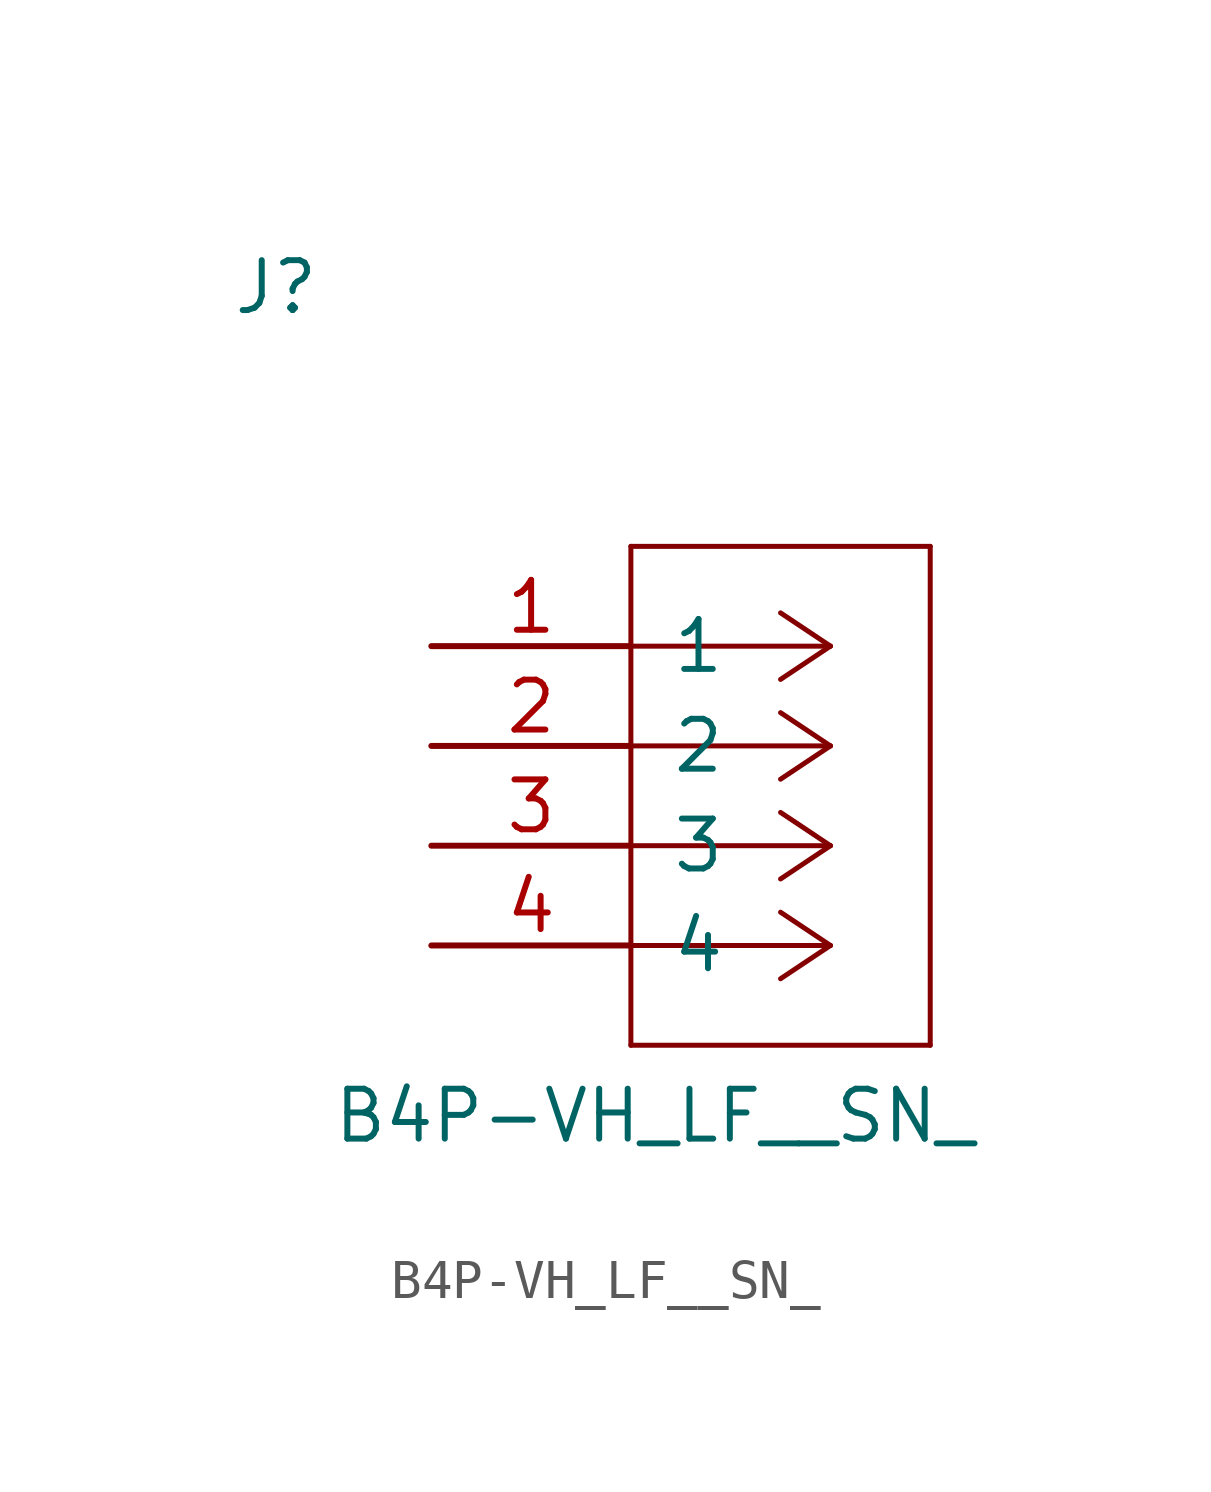
<source format=kicad_sym>
(kicad_symbol_lib
  (version 20220914)
  (generator kicad_symbol_editor)
  (symbol "B4P-VH_LF__SN_"
    (pin_names
      (offset 1.016))
    (property "Reference" "J"
      (at -5.083 5.852 0)
      (effects (font (size 1.27 1.27)) (justify left bottom)))
    (property "Value" "B4P-VH_LF__SN_"
      (at -2.54 -15.24 0)
      (effects (font (size 1.27 1.27)) (justify left bottom)))
    (symbol "B4P-VH_LF__SN__1_1"
      (polyline (pts (xy 5.08 -12.7) (xy 12.7 -12.7)) (stroke (width 0.127) (type default)) (fill (type none)))
      (polyline (pts (xy 5.08 0) (xy 5.08 -12.7)) (stroke (width 0.127) (type default)) (fill (type none)))
      (polyline (pts (xy 10.16 -10.16) (xy 5.08 -10.16)) (stroke (width 0.127) (type default)) (fill (type none)))
      (polyline (pts (xy 10.16 -10.16) (xy 8.89 -11.007)) (stroke (width 0.127) (type default)) (fill (type none)))
      (polyline (pts (xy 10.16 -10.16) (xy 8.89 -9.313)) (stroke (width 0.127) (type default)) (fill (type none)))
      (polyline (pts (xy 10.16 -7.62) (xy 5.08 -7.62)) (stroke (width 0.127) (type default)) (fill (type none)))
      (polyline (pts (xy 10.16 -7.62) (xy 8.89 -8.467)) (stroke (width 0.127) (type default)) (fill (type none)))
      (polyline (pts (xy 10.16 -7.62) (xy 8.89 -6.773)) (stroke (width 0.127) (type default)) (fill (type none)))
      (polyline (pts (xy 10.16 -5.08) (xy 5.08 -5.08)) (stroke (width 0.127) (type default)) (fill (type none)))
      (polyline (pts (xy 10.16 -5.08) (xy 8.89 -5.927)) (stroke (width 0.127) (type default)) (fill (type none)))
      (polyline (pts (xy 10.16 -5.08) (xy 8.89 -4.233)) (stroke (width 0.127) (type default)) (fill (type none)))
      (polyline (pts (xy 10.16 -2.54) (xy 5.08 -2.54)) (stroke (width 0.127) (type default)) (fill (type none)))
      (polyline (pts (xy 10.16 -2.54) (xy 8.89 -3.387)) (stroke (width 0.127) (type default)) (fill (type none)))
      (polyline (pts (xy 10.16 -2.54) (xy 8.89 -1.693)) (stroke (width 0.127) (type default)) (fill (type none)))
      (polyline (pts (xy 12.7 -12.7) (xy 12.7 0)) (stroke (width 0.127) (type default)) (fill (type none)))
      (polyline (pts (xy 12.7 0) (xy 5.08 0)) (stroke (width 0.127) (type default)) (fill (type none)))
      (pin unspecified line (at 0 -2.54 0) (length 5.08) (name "1" (effects (font (size 1.27 1.27)))) (number "1" (effects (font (size 1.27 1.27)))))
      (pin unspecified line (at 0 -5.08 0) (length 5.08) (name "2" (effects (font (size 1.27 1.27)))) (number "2" (effects (font (size 1.27 1.27)))))
      (pin unspecified line (at 0 -7.62 0) (length 5.08) (name "3" (effects (font (size 1.27 1.27)))) (number "3" (effects (font (size 1.27 1.27)))))
      (pin unspecified line (at 0 -10.16 0) (length 5.08) (name "4" (effects (font (size 1.27 1.27)))) (number "4" (effects (font (size 1.27 1.27))))))))
</source>
